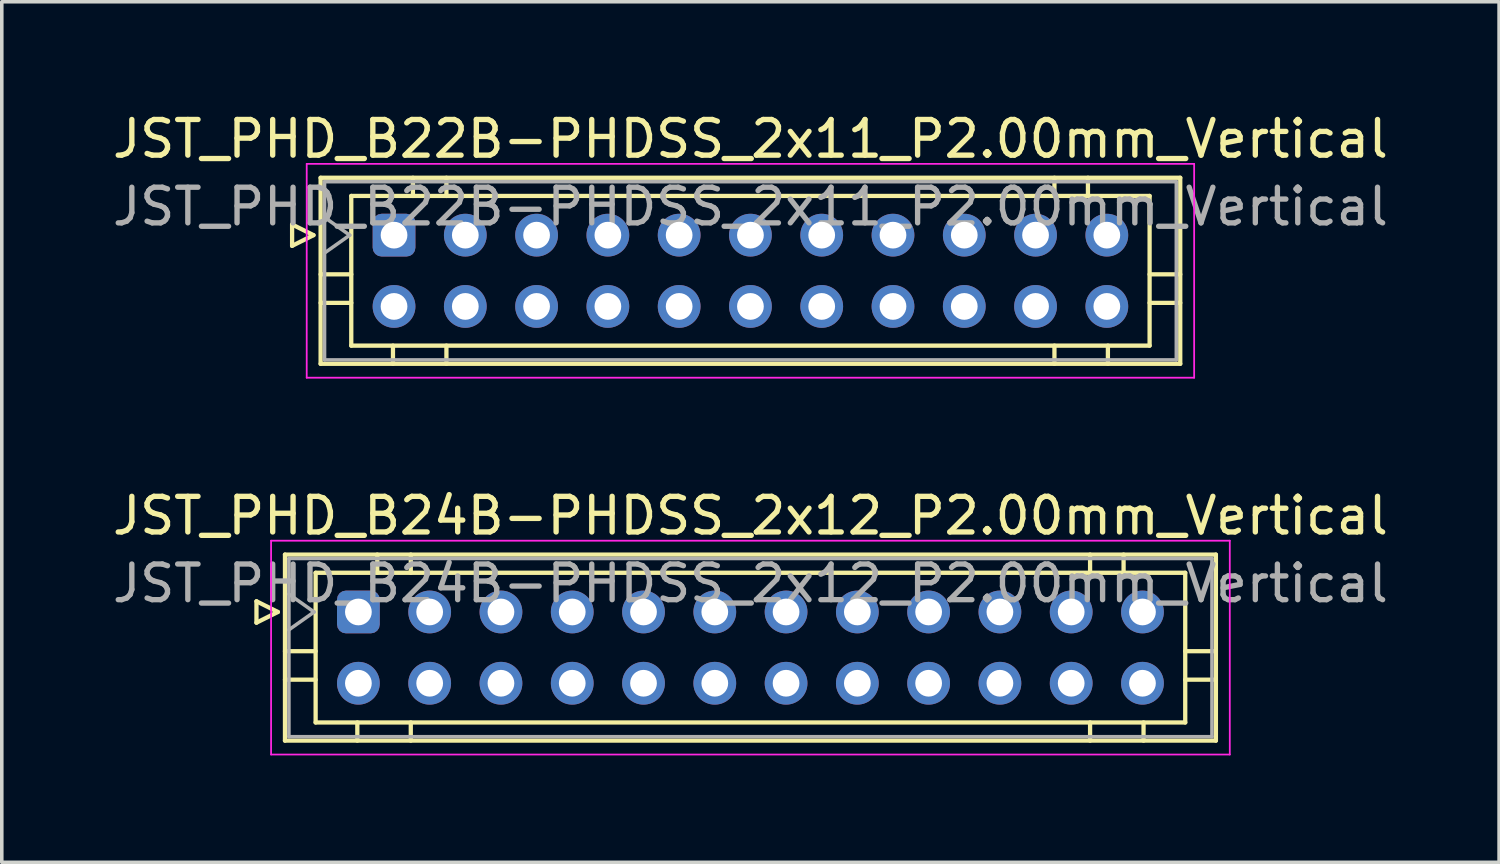
<source format=kicad_pcb>
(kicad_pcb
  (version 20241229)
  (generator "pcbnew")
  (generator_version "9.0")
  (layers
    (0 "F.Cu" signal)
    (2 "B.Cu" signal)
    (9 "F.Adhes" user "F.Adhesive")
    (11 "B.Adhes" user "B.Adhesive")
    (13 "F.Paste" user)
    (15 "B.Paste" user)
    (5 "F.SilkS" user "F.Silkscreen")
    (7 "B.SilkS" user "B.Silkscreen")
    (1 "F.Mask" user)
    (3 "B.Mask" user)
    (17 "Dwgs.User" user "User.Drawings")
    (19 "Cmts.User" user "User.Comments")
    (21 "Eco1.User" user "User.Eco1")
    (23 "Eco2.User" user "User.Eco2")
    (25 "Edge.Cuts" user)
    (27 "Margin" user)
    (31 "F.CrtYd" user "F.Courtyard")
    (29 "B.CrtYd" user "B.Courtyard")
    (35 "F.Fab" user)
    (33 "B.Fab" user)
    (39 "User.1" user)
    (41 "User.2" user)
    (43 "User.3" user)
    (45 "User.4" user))
  (footprint "JST_PHD_B22B-PHDSS_2x11_P2.00mm_Vertical"
    (layer "F.Cu")
    (at 8.006 3.548)
    (property "Reference" "JST_PHD_B22B-PHDSS_2x11_P2.00mm_Vertical" (at 10 -2.7 0) (layer "F.SilkS") (effects (font (size 1 1) (thickness 0.15))))
    (attr through_hole)
    (fp_line (start -2.86 -0.3) (end -2.26 0) (stroke (width 0.12) (type solid)) (layer "F.SilkS"))
    (fp_line (start -2.86 0.3) (end -2.86 -0.3) (stroke (width 0.12) (type solid)) (layer "F.SilkS"))
    (fp_line (start -2.26 0) (end -2.86 0.3) (stroke (width 0.12) (type solid)) (layer "F.SilkS"))
    (fp_line (start -2.06 -1.61) (end -2.06 3.61) (stroke (width 0.12) (type solid)) (layer "F.SilkS"))
    (fp_line (start -2.06 1.1) (end -1.2 1.1) (stroke (width 0.12) (type solid)) (layer "F.SilkS"))
    (fp_line (start -2.06 1.9) (end -1.2 1.9) (stroke (width 0.12) (type solid)) (layer "F.SilkS"))
    (fp_line (start -2.06 3.61) (end 22.06 3.61) (stroke (width 0.12) (type solid)) (layer "F.SilkS"))
    (fp_line (start -1.2 -1.1) (end -1.2 3.1) (stroke (width 0.12) (type solid)) (layer "F.SilkS"))
    (fp_line (start -1.2 3.1) (end 21.2 3.1) (stroke (width 0.12) (type solid)) (layer "F.SilkS"))
    (fp_line (start -0.03 3.61) (end -0.03 3.1) (stroke (width 0.12) (type solid)) (layer "F.SilkS"))
    (fp_line (start 0.53 -1.61) (end 0.53 -1.1) (stroke (width 0.12) (type solid)) (layer "F.SilkS"))
    (fp_line (start 1.47 -1.61) (end 1.47 -1.1) (stroke (width 0.12) (type solid)) (layer "F.SilkS"))
    (fp_line (start 1.47 3.61) (end 1.47 3.1) (stroke (width 0.12) (type solid)) (layer "F.SilkS"))
    (fp_line (start 18.53 -1.61) (end 18.53 -1.1) (stroke (width 0.12) (type solid)) (layer "F.SilkS"))
    (fp_line (start 18.53 3.61) (end 18.53 3.1) (stroke (width 0.12) (type solid)) (layer "F.SilkS"))
    (fp_line (start 19.47 -1.61) (end 19.47 -1.1) (stroke (width 0.12) (type solid)) (layer "F.SilkS"))
    (fp_line (start 20.03 3.61) (end 20.03 3.1) (stroke (width 0.12) (type solid)) (layer "F.SilkS"))
    (fp_line (start 21.2 -1.1) (end -1.2 -1.1) (stroke (width 0.12) (type solid)) (layer "F.SilkS"))
    (fp_line (start 21.2 3.1) (end 21.2 -1.1) (stroke (width 0.12) (type solid)) (layer "F.SilkS"))
    (fp_line (start 22.06 -1.61) (end -2.06 -1.61) (stroke (width 0.12) (type solid)) (layer "F.SilkS"))
    (fp_line (start 22.06 1.1) (end 21.2 1.1) (stroke (width 0.12) (type solid)) (layer "F.SilkS"))
    (fp_line (start 22.06 1.9) (end 21.2 1.9) (stroke (width 0.12) (type solid)) (layer "F.SilkS"))
    (fp_line (start 22.06 3.61) (end 22.06 -1.61) (stroke (width 0.12) (type solid)) (layer "F.SilkS"))
    (fp_line (start -2.45 -2) (end -2.45 4) (stroke (width 0.05) (type solid)) (layer "F.CrtYd"))
    (fp_line (start -2.45 4) (end 22.45 4) (stroke (width 0.05) (type solid)) (layer "F.CrtYd"))
    (fp_line (start 22.45 -2) (end -2.45 -2) (stroke (width 0.05) (type solid)) (layer "F.CrtYd"))
    (fp_line (start 22.45 4) (end 22.45 -2) (stroke (width 0.05) (type solid)) (layer "F.CrtYd"))
    (fp_line (start -1.95 -1.5) (end -1.95 3.5) (stroke (width 0.1) (type solid)) (layer "F.Fab"))
    (fp_line (start -1.95 0.5) (end -1.243 0) (stroke (width 0.1) (type solid)) (layer "F.Fab"))
    (fp_line (start -1.95 3.5) (end 21.95 3.5) (stroke (width 0.1) (type solid)) (layer "F.Fab"))
    (fp_line (start -1.243 0) (end -1.95 -0.5) (stroke (width 0.1) (type solid)) (layer "F.Fab"))
    (fp_line (start 21.95 -1.5) (end -1.95 -1.5) (stroke (width 0.1) (type solid)) (layer "F.Fab"))
    (fp_line (start 21.95 3.5) (end 21.95 -1.5) (stroke (width 0.1) (type solid)) (layer "F.Fab"))
    (fp_text user "${REFERENCE}" (at 10 -0.8 0) (layer "F.Fab") (effects (font (size 1 1) (thickness 0.15))))
    (pad "1" thru_hole roundrect (at 0 0) (size 1.2 1.2) (drill 0.75) (layers "*.Cu" "*.Mask") (roundrect_rratio 0.208))
    (pad "2" thru_hole circle (at 0 2) (size 1.2 1.2) (drill 0.75) (layers "*.Cu" "*.Mask"))
    (pad "3" thru_hole circle (at 2 0) (size 1.2 1.2) (drill 0.75) (layers "*.Cu" "*.Mask"))
    (pad "4" thru_hole circle (at 2 2) (size 1.2 1.2) (drill 0.75) (layers "*.Cu" "*.Mask"))
    (pad "5" thru_hole circle (at 4 0) (size 1.2 1.2) (drill 0.75) (layers "*.Cu" "*.Mask"))
    (pad "6" thru_hole circle (at 4 2) (size 1.2 1.2) (drill 0.75) (layers "*.Cu" "*.Mask"))
    (pad "7" thru_hole circle (at 6 0) (size 1.2 1.2) (drill 0.75) (layers "*.Cu" "*.Mask"))
    (pad "8" thru_hole circle (at 6 2) (size 1.2 1.2) (drill 0.75) (layers "*.Cu" "*.Mask"))
    (pad "9" thru_hole circle (at 8 0) (size 1.2 1.2) (drill 0.75) (layers "*.Cu" "*.Mask"))
    (pad "10" thru_hole circle (at 8 2) (size 1.2 1.2) (drill 0.75) (layers "*.Cu" "*.Mask"))
    (pad "11" thru_hole circle (at 10 0) (size 1.2 1.2) (drill 0.75) (layers "*.Cu" "*.Mask"))
    (pad "12" thru_hole circle (at 10 2) (size 1.2 1.2) (drill 0.75) (layers "*.Cu" "*.Mask"))
    (pad "13" thru_hole circle (at 12 0) (size 1.2 1.2) (drill 0.75) (layers "*.Cu" "*.Mask"))
    (pad "14" thru_hole circle (at 12 2) (size 1.2 1.2) (drill 0.75) (layers "*.Cu" "*.Mask"))
    (pad "15" thru_hole circle (at 14 0) (size 1.2 1.2) (drill 0.75) (layers "*.Cu" "*.Mask"))
    (pad "16" thru_hole circle (at 14 2) (size 1.2 1.2) (drill 0.75) (layers "*.Cu" "*.Mask"))
    (pad "17" thru_hole circle (at 16 0) (size 1.2 1.2) (drill 0.75) (layers "*.Cu" "*.Mask"))
    (pad "18" thru_hole circle (at 16 2) (size 1.2 1.2) (drill 0.75) (layers "*.Cu" "*.Mask"))
    (pad "19" thru_hole circle (at 18 0) (size 1.2 1.2) (drill 0.75) (layers "*.Cu" "*.Mask"))
    (pad "20" thru_hole circle (at 18 2) (size 1.2 1.2) (drill 0.75) (layers "*.Cu" "*.Mask"))
    (pad "21" thru_hole circle (at 20 0) (size 1.2 1.2) (drill 0.75) (layers "*.Cu" "*.Mask"))
    (pad "22" thru_hole circle (at 20 2) (size 1.2 1.2) (drill 0.75) (layers "*.Cu" "*.Mask")))
  (footprint "JST_PHD_B24B-PHDSS_2x12_P2.00mm_Vertical"
    (layer "F.Cu")
    (at 7.006 14.121)
    (property "Reference" "JST_PHD_B24B-PHDSS_2x12_P2.00mm_Vertical" (at 11 -2.7 0) (layer "F.SilkS") (effects (font (size 1 1) (thickness 0.15))))
    (attr through_hole)
    (fp_line (start -2.86 -0.3) (end -2.26 0) (stroke (width 0.12) (type solid)) (layer "F.SilkS"))
    (fp_line (start -2.86 0.3) (end -2.86 -0.3) (stroke (width 0.12) (type solid)) (layer "F.SilkS"))
    (fp_line (start -2.26 0) (end -2.86 0.3) (stroke (width 0.12) (type solid)) (layer "F.SilkS"))
    (fp_line (start -2.06 -1.61) (end -2.06 3.61) (stroke (width 0.12) (type solid)) (layer "F.SilkS"))
    (fp_line (start -2.06 1.1) (end -1.2 1.1) (stroke (width 0.12) (type solid)) (layer "F.SilkS"))
    (fp_line (start -2.06 1.9) (end -1.2 1.9) (stroke (width 0.12) (type solid)) (layer "F.SilkS"))
    (fp_line (start -2.06 3.61) (end 24.06 3.61) (stroke (width 0.12) (type solid)) (layer "F.SilkS"))
    (fp_line (start -1.2 -1.1) (end -1.2 3.1) (stroke (width 0.12) (type solid)) (layer "F.SilkS"))
    (fp_line (start -1.2 3.1) (end 23.2 3.1) (stroke (width 0.12) (type solid)) (layer "F.SilkS"))
    (fp_line (start -0.03 3.61) (end -0.03 3.1) (stroke (width 0.12) (type solid)) (layer "F.SilkS"))
    (fp_line (start 0.53 -1.61) (end 0.53 -1.1) (stroke (width 0.12) (type solid)) (layer "F.SilkS"))
    (fp_line (start 1.47 -1.61) (end 1.47 -1.1) (stroke (width 0.12) (type solid)) (layer "F.SilkS"))
    (fp_line (start 1.47 3.61) (end 1.47 3.1) (stroke (width 0.12) (type solid)) (layer "F.SilkS"))
    (fp_line (start 20.53 -1.61) (end 20.53 -1.1) (stroke (width 0.12) (type solid)) (layer "F.SilkS"))
    (fp_line (start 20.53 3.61) (end 20.53 3.1) (stroke (width 0.12) (type solid)) (layer "F.SilkS"))
    (fp_line (start 21.47 -1.61) (end 21.47 -1.1) (stroke (width 0.12) (type solid)) (layer "F.SilkS"))
    (fp_line (start 22.03 3.61) (end 22.03 3.1) (stroke (width 0.12) (type solid)) (layer "F.SilkS"))
    (fp_line (start 23.2 -1.1) (end -1.2 -1.1) (stroke (width 0.12) (type solid)) (layer "F.SilkS"))
    (fp_line (start 23.2 3.1) (end 23.2 -1.1) (stroke (width 0.12) (type solid)) (layer "F.SilkS"))
    (fp_line (start 24.06 -1.61) (end -2.06 -1.61) (stroke (width 0.12) (type solid)) (layer "F.SilkS"))
    (fp_line (start 24.06 1.1) (end 23.2 1.1) (stroke (width 0.12) (type solid)) (layer "F.SilkS"))
    (fp_line (start 24.06 1.9) (end 23.2 1.9) (stroke (width 0.12) (type solid)) (layer "F.SilkS"))
    (fp_line (start 24.06 3.61) (end 24.06 -1.61) (stroke (width 0.12) (type solid)) (layer "F.SilkS"))
    (fp_line (start -2.45 -2) (end -2.45 4) (stroke (width 0.05) (type solid)) (layer "F.CrtYd"))
    (fp_line (start -2.45 4) (end 24.45 4) (stroke (width 0.05) (type solid)) (layer "F.CrtYd"))
    (fp_line (start 24.45 -2) (end -2.45 -2) (stroke (width 0.05) (type solid)) (layer "F.CrtYd"))
    (fp_line (start 24.45 4) (end 24.45 -2) (stroke (width 0.05) (type solid)) (layer "F.CrtYd"))
    (fp_line (start -1.95 -1.5) (end -1.95 3.5) (stroke (width 0.1) (type solid)) (layer "F.Fab"))
    (fp_line (start -1.95 0.5) (end -1.243 0) (stroke (width 0.1) (type solid)) (layer "F.Fab"))
    (fp_line (start -1.95 3.5) (end 23.95 3.5) (stroke (width 0.1) (type solid)) (layer "F.Fab"))
    (fp_line (start -1.243 0) (end -1.95 -0.5) (stroke (width 0.1) (type solid)) (layer "F.Fab"))
    (fp_line (start 23.95 -1.5) (end -1.95 -1.5) (stroke (width 0.1) (type solid)) (layer "F.Fab"))
    (fp_line (start 23.95 3.5) (end 23.95 -1.5) (stroke (width 0.1) (type solid)) (layer "F.Fab"))
    (fp_text user "${REFERENCE}" (at 11 -0.8 0) (layer "F.Fab") (effects (font (size 1 1) (thickness 0.15))))
    (pad "1" thru_hole roundrect (at 0 0) (size 1.2 1.2) (drill 0.75) (layers "*.Cu" "*.Mask") (roundrect_rratio 0.208))
    (pad "2" thru_hole circle (at 0 2) (size 1.2 1.2) (drill 0.75) (layers "*.Cu" "*.Mask"))
    (pad "3" thru_hole circle (at 2 0) (size 1.2 1.2) (drill 0.75) (layers "*.Cu" "*.Mask"))
    (pad "4" thru_hole circle (at 2 2) (size 1.2 1.2) (drill 0.75) (layers "*.Cu" "*.Mask"))
    (pad "5" thru_hole circle (at 4 0) (size 1.2 1.2) (drill 0.75) (layers "*.Cu" "*.Mask"))
    (pad "6" thru_hole circle (at 4 2) (size 1.2 1.2) (drill 0.75) (layers "*.Cu" "*.Mask"))
    (pad "7" thru_hole circle (at 6 0) (size 1.2 1.2) (drill 0.75) (layers "*.Cu" "*.Mask"))
    (pad "8" thru_hole circle (at 6 2) (size 1.2 1.2) (drill 0.75) (layers "*.Cu" "*.Mask"))
    (pad "9" thru_hole circle (at 8 0) (size 1.2 1.2) (drill 0.75) (layers "*.Cu" "*.Mask"))
    (pad "10" thru_hole circle (at 8 2) (size 1.2 1.2) (drill 0.75) (layers "*.Cu" "*.Mask"))
    (pad "11" thru_hole circle (at 10 0) (size 1.2 1.2) (drill 0.75) (layers "*.Cu" "*.Mask"))
    (pad "12" thru_hole circle (at 10 2) (size 1.2 1.2) (drill 0.75) (layers "*.Cu" "*.Mask"))
    (pad "13" thru_hole circle (at 12 0) (size 1.2 1.2) (drill 0.75) (layers "*.Cu" "*.Mask"))
    (pad "14" thru_hole circle (at 12 2) (size 1.2 1.2) (drill 0.75) (layers "*.Cu" "*.Mask"))
    (pad "15" thru_hole circle (at 14 0) (size 1.2 1.2) (drill 0.75) (layers "*.Cu" "*.Mask"))
    (pad "16" thru_hole circle (at 14 2) (size 1.2 1.2) (drill 0.75) (layers "*.Cu" "*.Mask"))
    (pad "17" thru_hole circle (at 16 0) (size 1.2 1.2) (drill 0.75) (layers "*.Cu" "*.Mask"))
    (pad "18" thru_hole circle (at 16 2) (size 1.2 1.2) (drill 0.75) (layers "*.Cu" "*.Mask"))
    (pad "19" thru_hole circle (at 18 0) (size 1.2 1.2) (drill 0.75) (layers "*.Cu" "*.Mask"))
    (pad "20" thru_hole circle (at 18 2) (size 1.2 1.2) (drill 0.75) (layers "*.Cu" "*.Mask"))
    (pad "21" thru_hole circle (at 20 0) (size 1.2 1.2) (drill 0.75) (layers "*.Cu" "*.Mask"))
    (pad "22" thru_hole circle (at 20 2) (size 1.2 1.2) (drill 0.75) (layers "*.Cu" "*.Mask"))
    (pad "23" thru_hole circle (at 22 0) (size 1.2 1.2) (drill 0.75) (layers "*.Cu" "*.Mask"))
    (pad "24" thru_hole circle (at 22 2) (size 1.2 1.2) (drill 0.75) (layers "*.Cu" "*.Mask")))
  (gr_rect
    (start -3 -3)
    (end 39.012 21.146)
    (stroke (width 0.1) (type default))
    (fill no)
    (layer "Edge.Cuts")))
</source>
